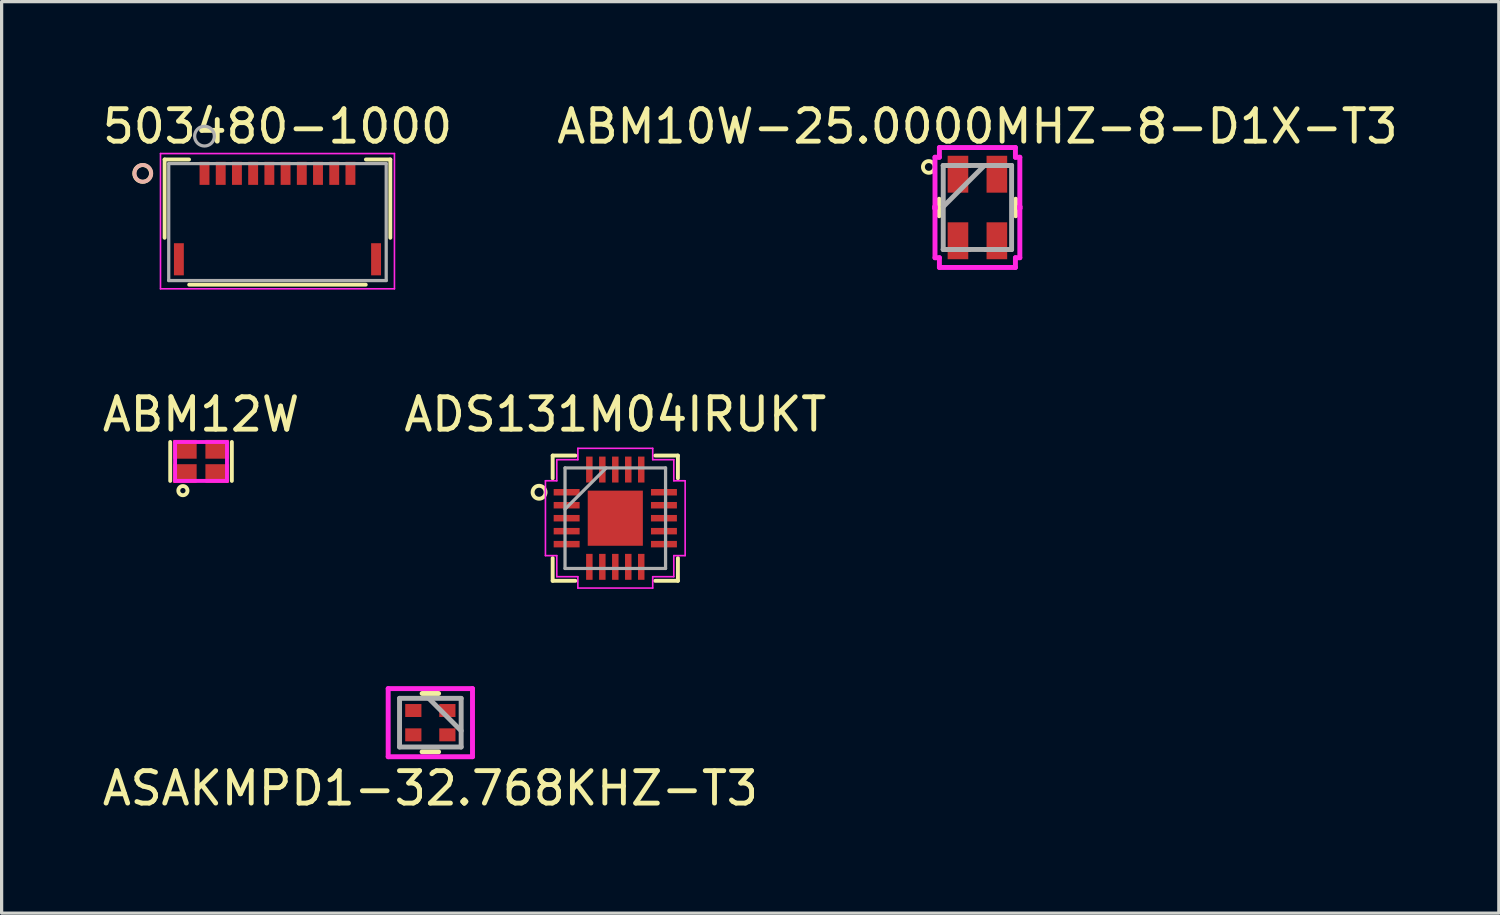
<source format=kicad_pcb>
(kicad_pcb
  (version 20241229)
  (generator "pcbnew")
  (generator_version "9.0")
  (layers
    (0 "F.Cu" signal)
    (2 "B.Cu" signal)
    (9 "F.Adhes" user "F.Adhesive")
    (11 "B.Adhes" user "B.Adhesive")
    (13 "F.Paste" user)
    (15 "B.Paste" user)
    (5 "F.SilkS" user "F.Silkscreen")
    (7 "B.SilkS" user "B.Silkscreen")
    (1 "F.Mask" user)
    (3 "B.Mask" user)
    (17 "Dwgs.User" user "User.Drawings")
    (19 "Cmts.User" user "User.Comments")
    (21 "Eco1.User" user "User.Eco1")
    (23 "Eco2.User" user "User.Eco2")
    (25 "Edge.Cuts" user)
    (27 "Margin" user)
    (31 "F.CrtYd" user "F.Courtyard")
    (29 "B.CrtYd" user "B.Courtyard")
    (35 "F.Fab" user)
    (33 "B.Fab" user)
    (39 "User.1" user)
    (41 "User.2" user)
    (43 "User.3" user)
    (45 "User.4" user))
  (footprint "ADS131M04IRUKT"
    (layer "F.Cu")
    (at 15.923 12.929)
    (property "Reference" "ADS131M04IRUKT" (at 0 -3.2 0) (layer "F.SilkS") (effects (font (size 1 1) (thickness 0.15))))
    (attr through_hole)
    (fp_poly (pts (xy -0.913 -0.913) (xy -0.594 -0.913) (xy -0.594 0.913) (xy -0.913 0.913)) (stroke (width 0.1) (type solid)) (fill yes) (layer "F.Mask"))
    (fp_poly (pts (xy -0.913 -0.913) (xy 0.913 -0.913) (xy 0.913 -0.594) (xy -0.913 -0.594)) (stroke (width 0.1) (type solid)) (fill yes) (layer "F.Mask"))
    (fp_poly (pts (xy -0.913 -0.194) (xy 0.913 -0.194) (xy 0.913 0.194) (xy -0.913 0.194)) (stroke (width 0.1) (type solid)) (fill yes) (layer "F.Mask"))
    (fp_poly (pts (xy -0.913 0.594) (xy 0.913 0.594) (xy 0.913 0.913) (xy -0.913 0.913)) (stroke (width 0.1) (type solid)) (fill yes) (layer "F.Mask"))
    (fp_poly (pts (xy 0.194 -0.913) (xy -0.194 -0.913) (xy -0.194 0.913) (xy 0.194 0.913)) (stroke (width 0.1) (type solid)) (fill yes) (layer "F.Mask"))
    (fp_poly (pts (xy 0.594 -0.913) (xy 0.913 -0.913) (xy 0.913 0.913) (xy 0.594 0.913)) (stroke (width 0.1) (type solid)) (fill yes) (layer "F.Mask"))
    (fp_line (start -1.931 -1.931) (end -1.931 -1.231) (stroke (width 0.12) (type solid)) (layer "F.SilkS"))
    (fp_line (start -1.931 1.231) (end -1.931 1.931) (stroke (width 0.12) (type solid)) (layer "F.SilkS"))
    (fp_line (start -1.931 1.931) (end -1.231 1.931) (stroke (width 0.12) (type solid)) (layer "F.SilkS"))
    (fp_line (start -1.231 -1.931) (end -1.931 -1.931) (stroke (width 0.12) (type solid)) (layer "F.SilkS"))
    (fp_line (start 1.231 1.931) (end 1.931 1.931) (stroke (width 0.12) (type solid)) (layer "F.SilkS"))
    (fp_line (start 1.931 -1.931) (end 1.231 -1.931) (stroke (width 0.12) (type solid)) (layer "F.SilkS"))
    (fp_line (start 1.931 -1.231) (end 1.931 -1.931) (stroke (width 0.12) (type solid)) (layer "F.SilkS"))
    (fp_line (start 1.931 1.931) (end 1.931 1.231) (stroke (width 0.12) (type solid)) (layer "F.SilkS"))
    (fp_circle (center -2.35 -0.8) (end -2.55 -0.8) (stroke (width 0.12) (type solid)) (fill no) (layer "F.SilkS"))
    (fp_poly (pts (xy -0.775 -0.775) (xy -0.775 -0.494) (xy -0.635 -0.494) (xy -0.494 -0.635) (xy -0.494 -0.775)) (stroke (width 0.1) (type solid)) (fill yes) (layer "F.Paste"))
    (fp_poly (pts (xy -0.775 0.494) (xy -0.775 0.775) (xy -0.494 0.775) (xy -0.494 0.635) (xy -0.635 0.494)) (stroke (width 0.1) (type solid)) (fill yes) (layer "F.Paste"))
    (fp_poly (pts (xy 0.494 -0.775) (xy 0.494 -0.635) (xy 0.635 -0.494) (xy 0.775 -0.494) (xy 0.775 -0.775)) (stroke (width 0.1) (type solid)) (fill yes) (layer "F.Paste"))
    (fp_poly (pts (xy 0.635 0.494) (xy 0.494 0.635) (xy 0.494 0.775) (xy 0.775 0.775) (xy 0.775 0.494)) (stroke (width 0.1) (type solid)) (fill yes) (layer "F.Paste"))
    (fp_poly (pts (xy -0.775 -0.294) (xy -0.775 0.294) (xy -0.635 0.294) (xy -0.494 0.152) (xy -0.494 -0.152) (xy -0.635 -0.294)) (stroke (width 0.1) (type solid)) (fill yes) (layer "F.Paste"))
    (fp_poly (pts (xy -0.294 -0.775) (xy -0.294 -0.635) (xy -0.152 -0.494) (xy 0.152 -0.494) (xy 0.294 -0.635) (xy 0.294 -0.775)) (stroke (width 0.1) (type solid)) (fill yes) (layer "F.Paste"))
    (fp_poly (pts (xy -0.152 0.494) (xy -0.294 0.635) (xy -0.294 0.775) (xy 0.294 0.775) (xy 0.294 0.635) (xy 0.152 0.494)) (stroke (width 0.1) (type solid)) (fill yes) (layer "F.Paste"))
    (fp_poly (pts (xy 0.635 -0.294) (xy 0.494 -0.152) (xy 0.494 0.152) (xy 0.635 0.294) (xy 0.775 0.294) (xy 0.775 -0.294)) (stroke (width 0.1) (type solid)) (fill yes) (layer "F.Paste"))
    (fp_poly (pts (xy -0.152 -0.294) (xy -0.294 -0.152) (xy -0.294 0.152) (xy -0.152 0.294) (xy 0.152 0.294) (xy 0.294 0.152) (xy 0.294 -0.152) (xy 0.152 -0.294)) (stroke (width 0.1) (type solid)) (fill yes) (layer "F.Paste"))
    (fp_line (start -2.154 -1.154) (end -1.804 -1.154) (stroke (width 0.05) (type solid)) (layer "F.CrtYd"))
    (fp_line (start -2.154 1.154) (end -2.154 -1.154) (stroke (width 0.05) (type solid)) (layer "F.CrtYd"))
    (fp_line (start -1.804 -1.804) (end -1.154 -1.804) (stroke (width 0.05) (type solid)) (layer "F.CrtYd"))
    (fp_line (start -1.804 -1.154) (end -1.804 -1.804) (stroke (width 0.05) (type solid)) (layer "F.CrtYd"))
    (fp_line (start -1.804 1.154) (end -2.154 1.154) (stroke (width 0.05) (type solid)) (layer "F.CrtYd"))
    (fp_line (start -1.804 1.804) (end -1.804 1.154) (stroke (width 0.05) (type solid)) (layer "F.CrtYd"))
    (fp_line (start -1.154 -2.154) (end 1.154 -2.154) (stroke (width 0.05) (type solid)) (layer "F.CrtYd"))
    (fp_line (start -1.154 -1.804) (end -1.154 -2.154) (stroke (width 0.05) (type solid)) (layer "F.CrtYd"))
    (fp_line (start -1.154 1.804) (end -1.804 1.804) (stroke (width 0.05) (type solid)) (layer "F.CrtYd"))
    (fp_line (start -1.154 2.154) (end -1.154 1.804) (stroke (width 0.05) (type solid)) (layer "F.CrtYd"))
    (fp_line (start 1.154 -2.154) (end 1.154 -1.804) (stroke (width 0.05) (type solid)) (layer "F.CrtYd"))
    (fp_line (start 1.154 -1.804) (end 1.804 -1.804) (stroke (width 0.05) (type solid)) (layer "F.CrtYd"))
    (fp_line (start 1.154 1.804) (end 1.154 2.154) (stroke (width 0.05) (type solid)) (layer "F.CrtYd"))
    (fp_line (start 1.154 2.154) (end -1.154 2.154) (stroke (width 0.05) (type solid)) (layer "F.CrtYd"))
    (fp_line (start 1.804 -1.804) (end 1.804 -1.154) (stroke (width 0.05) (type solid)) (layer "F.CrtYd"))
    (fp_line (start 1.804 -1.154) (end 2.154 -1.154) (stroke (width 0.05) (type solid)) (layer "F.CrtYd"))
    (fp_line (start 1.804 1.154) (end 1.804 1.804) (stroke (width 0.05) (type solid)) (layer "F.CrtYd"))
    (fp_line (start 1.804 1.804) (end 1.154 1.804) (stroke (width 0.05) (type solid)) (layer "F.CrtYd"))
    (fp_line (start 2.154 -1.154) (end 2.154 1.154) (stroke (width 0.05) (type solid)) (layer "F.CrtYd"))
    (fp_line (start 2.154 1.154) (end 1.804 1.154) (stroke (width 0.05) (type solid)) (layer "F.CrtYd"))
    (fp_line (start -1.55 -1.55) (end -1.55 1.55) (stroke (width 0.1) (type solid)) (layer "F.Fab"))
    (fp_line (start -1.55 -0.28) (end -0.28 -1.55) (stroke (width 0.1) (type solid)) (layer "F.Fab"))
    (fp_line (start -1.55 1.55) (end 1.55 1.55) (stroke (width 0.1) (type solid)) (layer "F.Fab"))
    (fp_line (start 1.55 -1.55) (end -1.55 -1.55) (stroke (width 0.1) (type solid)) (layer "F.Fab"))
    (fp_line (start 1.55 1.55) (end 1.55 -1.55) (stroke (width 0.1) (type solid)) (layer "F.Fab"))
    (pad "1" smd rect (at -1.5 -0.8 90) (size 0.2 0.8) (layers "F.Cu" "F.Mask" "F.Paste"))
    (pad "2" smd rect (at -1.5 -0.4 90) (size 0.2 0.8) (layers "F.Cu" "F.Mask" "F.Paste"))
    (pad "3" smd rect (at -1.5 0 90) (size 0.2 0.8) (layers "F.Cu" "F.Mask" "F.Paste"))
    (pad "4" smd rect (at -1.5 0.4 90) (size 0.2 0.8) (layers "F.Cu" "F.Mask" "F.Paste"))
    (pad "5" smd rect (at -1.5 0.8 90) (size 0.2 0.8) (layers "F.Cu" "F.Mask" "F.Paste"))
    (pad "6" smd rect (at -0.8 1.5) (size 0.2 0.8) (layers "F.Cu" "F.Mask" "F.Paste"))
    (pad "7" smd rect (at -0.4 1.5) (size 0.2 0.8) (layers "F.Cu" "F.Mask" "F.Paste"))
    (pad "8" smd rect (at 0 1.5) (size 0.2 0.8) (layers "F.Cu" "F.Mask" "F.Paste"))
    (pad "9" smd rect (at 0.4 1.5) (size 0.2 0.8) (layers "F.Cu" "F.Mask" "F.Paste"))
    (pad "10" smd rect (at 0.8 1.5) (size 0.2 0.8) (layers "F.Cu" "F.Mask" "F.Paste"))
    (pad "11" smd rect (at 1.5 0.8 90) (size 0.2 0.8) (layers "F.Cu" "F.Mask" "F.Paste"))
    (pad "12" smd rect (at 1.5 0.4 90) (size 0.2 0.8) (layers "F.Cu" "F.Mask" "F.Paste"))
    (pad "13" smd rect (at 1.5 0 90) (size 0.2 0.8) (layers "F.Cu" "F.Mask" "F.Paste"))
    (pad "14" smd rect (at 1.5 -0.4 90) (size 0.2 0.8) (layers "F.Cu" "F.Mask" "F.Paste"))
    (pad "15" smd rect (at 1.5 -0.8 90) (size 0.2 0.8) (layers "F.Cu" "F.Mask" "F.Paste"))
    (pad "16" smd rect (at 0.8 -1.5) (size 0.2 0.8) (layers "F.Cu" "F.Mask" "F.Paste"))
    (pad "17" smd rect (at 0.4 -1.5) (size 0.2 0.8) (layers "F.Cu" "F.Mask" "F.Paste"))
    (pad "18" smd rect (at 0 -1.5) (size 0.2 0.8) (layers "F.Cu" "F.Mask" "F.Paste"))
    (pad "19" smd rect (at -0.4 -1.5) (size 0.2 0.8) (layers "F.Cu" "F.Mask" "F.Paste"))
    (pad "20" smd rect (at -0.8 -1.5) (size 0.2 0.8) (layers "F.Cu" "F.Mask" "F.Paste"))
    (pad "21" smd rect (at 0 0) (size 1.7 1.7) (layers "F.Cu" "F.Mask" "F.Paste")))
  (footprint "ASAKMPD1-32.768KHZ-T3"
    (layer "F.Cu")
    (at 10.22 19.234)
    (property "Reference" "ASAKMPD1-32.768KHZ-T3" (at 0 2.025 0) (layer "F.SilkS") (effects (font (size 1 1) (thickness 0.15))))
    (attr through_hole)
    (fp_line (start -0.254 0.9) (end 0.254 0.9) (stroke (width 0.152) (type solid)) (layer "F.SilkS"))
    (fp_line (start 0.254 -0.9) (end -0.254 -0.9) (stroke (width 0.152) (type solid)) (layer "F.SilkS"))
    (fp_line (start -1.3 -1.05) (end 1.3 -1.05) (stroke (width 0.152) (type solid)) (layer "F.CrtYd"))
    (fp_line (start -1.3 1.05) (end -1.3 -1.05) (stroke (width 0.152) (type solid)) (layer "F.CrtYd"))
    (fp_line (start 1.3 1.05) (end -1.3 1.05) (stroke (width 0.152) (type solid)) (layer "F.CrtYd"))
    (fp_line (start 1.3 1.05) (end 1.3 -1.05) (stroke (width 0.152) (type solid)) (layer "F.CrtYd"))
    (fp_line (start -0.95 -0.75) (end -0.95 0.75) (stroke (width 0.152) (type solid)) (layer "F.Fab"))
    (fp_line (start -0.05 -0.75) (end 0.95 0.25) (stroke (width 0.152) (type solid)) (layer "F.Fab"))
    (fp_line (start 0.95 -0.75) (end -0.95 -0.75) (stroke (width 0.152) (type solid)) (layer "F.Fab"))
    (fp_line (start 0.95 -0.75) (end 0.95 0.75) (stroke (width 0.152) (type solid)) (layer "F.Fab"))
    (fp_line (start 0.95 0.75) (end -0.95 0.75) (stroke (width 0.152) (type solid)) (layer "F.Fab"))
    (pad "1" smd rect (at 0.525 -0.375 90) (size 0.4 0.5) (layers "F.Cu" "F.Mask" "F.Paste"))
    (pad "2" smd rect (at -0.525 -0.375 90) (size 0.4 0.5) (layers "F.Cu" "F.Mask" "F.Paste"))
    (pad "3" smd rect (at -0.525 0.375 90) (size 0.4 0.5) (layers "F.Cu" "F.Mask" "F.Paste"))
    (pad "4" smd rect (at 0.525 0.375 90) (size 0.4 0.5) (layers "F.Cu" "F.Mask" "F.Paste")))
  (footprint "ABM10W-25.0000MHZ-8-D1X-T3"
    (layer "F.Cu")
    (at 27.089 3.348)
    (property "Reference" "ABM10W-25.0000MHZ-8-D1X-T3" (at 0 -2.5 0) (layer "F.SilkS") (effects (font (size 1 1) (thickness 0.15))))
    (attr through_hole)
    (fp_line (start -1.181 -0.254) (end -1.181 0.254) (stroke (width 0.152) (type solid)) (layer "F.SilkS"))
    (fp_line (start 1.181 0.254) (end 1.181 -0.254) (stroke (width 0.152) (type solid)) (layer "F.SilkS"))
    (fp_circle (center -1.5 -1.25) (end -1.32 -1.25) (stroke (width 0.12) (type solid)) (fill no) (layer "F.SilkS"))
    (fp_line (start -1.308 -1.549) (end -1.172 -1.549) (stroke (width 0.152) (type solid)) (layer "F.CrtYd"))
    (fp_line (start -1.308 -0.028) (end -1.308 -0.028) (stroke (width 0.152) (type solid)) (layer "F.CrtYd"))
    (fp_line (start -1.308 -0.028) (end -1.308 0.028) (stroke (width 0.152) (type solid)) (layer "F.CrtYd"))
    (fp_line (start -1.308 0.028) (end -1.308 -1.549) (stroke (width 0.152) (type solid)) (layer "F.CrtYd"))
    (fp_line (start -1.308 0.028) (end -1.308 0.028) (stroke (width 0.152) (type solid)) (layer "F.CrtYd"))
    (fp_line (start -1.308 1.549) (end -1.308 -0.028) (stroke (width 0.152) (type solid)) (layer "F.CrtYd"))
    (fp_line (start -1.172 -1.849) (end 1.172 -1.849) (stroke (width 0.152) (type solid)) (layer "F.CrtYd"))
    (fp_line (start -1.172 -1.549) (end -1.172 -1.849) (stroke (width 0.152) (type solid)) (layer "F.CrtYd"))
    (fp_line (start -1.172 1.549) (end -1.308 1.549) (stroke (width 0.152) (type solid)) (layer "F.CrtYd"))
    (fp_line (start -1.172 1.849) (end -1.172 1.549) (stroke (width 0.152) (type solid)) (layer "F.CrtYd"))
    (fp_line (start 1.172 -1.849) (end 1.172 -1.549) (stroke (width 0.152) (type solid)) (layer "F.CrtYd"))
    (fp_line (start 1.172 -1.549) (end 1.308 -1.549) (stroke (width 0.152) (type solid)) (layer "F.CrtYd"))
    (fp_line (start 1.172 1.549) (end 1.172 1.849) (stroke (width 0.152) (type solid)) (layer "F.CrtYd"))
    (fp_line (start 1.172 1.849) (end -1.172 1.849) (stroke (width 0.152) (type solid)) (layer "F.CrtYd"))
    (fp_line (start 1.308 -1.549) (end 1.308 0.028) (stroke (width 0.152) (type solid)) (layer "F.CrtYd"))
    (fp_line (start 1.308 -0.028) (end 1.308 -0.028) (stroke (width 0.152) (type solid)) (layer "F.CrtYd"))
    (fp_line (start 1.308 -0.028) (end 1.308 1.549) (stroke (width 0.152) (type solid)) (layer "F.CrtYd"))
    (fp_line (start 1.308 0.028) (end 1.308 -0.028) (stroke (width 0.152) (type solid)) (layer "F.CrtYd"))
    (fp_line (start 1.308 0.028) (end 1.308 0.028) (stroke (width 0.152) (type solid)) (layer "F.CrtYd"))
    (fp_line (start 1.308 1.549) (end 1.172 1.549) (stroke (width 0.152) (type solid)) (layer "F.CrtYd"))
    (fp_line (start -1.054 -1.295) (end -1.054 -1.295) (stroke (width 0.152) (type solid)) (layer "F.Fab"))
    (fp_line (start -1.054 -1.295) (end -1.054 1.295) (stroke (width 0.152) (type solid)) (layer "F.Fab"))
    (fp_line (start -1.054 -0.025) (end 0.216 -1.295) (stroke (width 0.152) (type solid)) (layer "F.Fab"))
    (fp_line (start -1.054 1.295) (end -1.054 1.295) (stroke (width 0.152) (type solid)) (layer "F.Fab"))
    (fp_line (start -1.054 1.295) (end 1.054 1.295) (stroke (width 0.152) (type solid)) (layer "F.Fab"))
    (fp_line (start -0.943 -1.295) (end -0.943 -1.295) (stroke (width 0.152) (type solid)) (layer "F.Fab"))
    (fp_line (start -0.943 -1.295) (end -0.257 -1.295) (stroke (width 0.152) (type solid)) (layer "F.Fab"))
    (fp_line (start -0.943 1.295) (end -0.943 1.295) (stroke (width 0.152) (type solid)) (layer "F.Fab"))
    (fp_line (start -0.943 1.295) (end -0.257 1.295) (stroke (width 0.152) (type solid)) (layer "F.Fab"))
    (fp_line (start -0.257 -1.295) (end -0.943 -1.295) (stroke (width 0.152) (type solid)) (layer "F.Fab"))
    (fp_line (start -0.257 -1.295) (end -0.257 -1.295) (stroke (width 0.152) (type solid)) (layer "F.Fab"))
    (fp_line (start -0.257 1.295) (end -0.943 1.295) (stroke (width 0.152) (type solid)) (layer "F.Fab"))
    (fp_line (start -0.257 1.295) (end -0.257 1.295) (stroke (width 0.152) (type solid)) (layer "F.Fab"))
    (fp_line (start 0.257 -1.295) (end 0.257 -1.295) (stroke (width 0.152) (type solid)) (layer "F.Fab"))
    (fp_line (start 0.257 -1.295) (end 0.943 -1.295) (stroke (width 0.152) (type solid)) (layer "F.Fab"))
    (fp_line (start 0.257 1.295) (end 0.257 1.295) (stroke (width 0.152) (type solid)) (layer "F.Fab"))
    (fp_line (start 0.257 1.295) (end 0.943 1.295) (stroke (width 0.152) (type solid)) (layer "F.Fab"))
    (fp_line (start 0.943 -1.295) (end 0.257 -1.295) (stroke (width 0.152) (type solid)) (layer "F.Fab"))
    (fp_line (start 0.943 -1.295) (end 0.943 -1.295) (stroke (width 0.152) (type solid)) (layer "F.Fab"))
    (fp_line (start 0.943 1.295) (end 0.257 1.295) (stroke (width 0.152) (type solid)) (layer "F.Fab"))
    (fp_line (start 0.943 1.295) (end 0.943 1.295) (stroke (width 0.152) (type solid)) (layer "F.Fab"))
    (fp_line (start 1.054 -1.295) (end -1.054 -1.295) (stroke (width 0.152) (type solid)) (layer "F.Fab"))
    (fp_line (start 1.054 -1.295) (end 1.054 -1.295) (stroke (width 0.152) (type solid)) (layer "F.Fab"))
    (fp_line (start 1.054 1.295) (end 1.054 -1.295) (stroke (width 0.152) (type solid)) (layer "F.Fab"))
    (fp_line (start 1.054 1.295) (end 1.054 1.295) (stroke (width 0.152) (type solid)) (layer "F.Fab"))
    (pad "1" smd rect (at -0.6 -1.026) (size 0.636 1.138) (layers "F.Cu" "F.Mask" "F.Paste"))
    (pad "2" smd rect (at -0.6 1.026) (size 0.636 1.138) (layers "F.Cu" "F.Mask" "F.Paste"))
    (pad "3" smd rect (at 0.6 1.026) (size 0.636 1.138) (layers "F.Cu" "F.Mask" "F.Paste"))
    (pad "4" smd rect (at 0.6 -1.026) (size 0.636 1.138) (layers "F.Cu" "F.Mask" "F.Paste")))
  (footprint "503480-1000"
    (layer "F.Cu")
    (at 5.506 3.798)
    (property "Reference" "503480-1000" (at 0 -2.95 0) (layer "F.SilkS") (effects (font (size 1 1) (thickness 0.15))))
    (attr through_hole)
    (fp_line (start -3.48 -1.93) (end -3.48 0.484) (stroke (width 0.12) (type solid)) (layer "F.SilkS"))
    (fp_line (start -2.727 -1.93) (end -3.48 -1.93) (stroke (width 0.12) (type solid)) (layer "F.SilkS"))
    (fp_line (start -2.722 1.93) (end 2.722 1.93) (stroke (width 0.12) (type solid)) (layer "F.SilkS"))
    (fp_line (start 3.48 -1.93) (end 2.727 -1.93) (stroke (width 0.12) (type solid)) (layer "F.SilkS"))
    (fp_line (start 3.48 0.484) (end 3.48 -1.93) (stroke (width 0.12) (type solid)) (layer "F.SilkS"))
    (fp_circle (center -4.158 -1.5) (end -3.9 -1.5) (stroke (width 0.12) (type solid)) (fill no) (layer "F.SilkS"))
    (fp_circle (center -4.15 -1.503) (end -3.892 -1.5) (stroke (width 0.12) (type solid)) (fill no) (layer "B.SilkS"))
    (fp_line (start -3.607 -2.113) (end -3.607 2.057) (stroke (width 0.05) (type solid)) (layer "F.CrtYd"))
    (fp_line (start -3.607 2.057) (end 3.607 2.057) (stroke (width 0.05) (type solid)) (layer "F.CrtYd"))
    (fp_line (start 3.607 -2.113) (end -3.607 -2.113) (stroke (width 0.05) (type solid)) (layer "F.CrtYd"))
    (fp_line (start 3.607 2.057) (end 3.607 -2.113) (stroke (width 0.05) (type solid)) (layer "F.CrtYd"))
    (fp_line (start -3.353 -1.803) (end -3.353 1.803) (stroke (width 0.1) (type solid)) (layer "F.Fab"))
    (fp_line (start -3.353 1.803) (end 3.353 1.803) (stroke (width 0.1) (type solid)) (layer "F.Fab"))
    (fp_line (start 3.353 -1.803) (end -3.353 -1.803) (stroke (width 0.1) (type solid)) (layer "F.Fab"))
    (fp_line (start 3.353 1.803) (end 3.353 -1.803) (stroke (width 0.1) (type solid)) (layer "F.Fab"))
    (fp_circle (center -2.25 -2.65) (end -1.95 -2.6) (stroke (width 0.1) (type solid)) (fill no) (layer "F.Fab"))
    (pad "1" smd rect (at -2.25 -1.503) (size 0.305 0.711) (layers "F.Cu" "F.Mask" "F.Paste"))
    (pad "2" smd rect (at -1.75 -1.503) (size 0.305 0.711) (layers "F.Cu" "F.Mask" "F.Paste"))
    (pad "3" smd rect (at -1.25 -1.503) (size 0.305 0.711) (layers "F.Cu" "F.Mask" "F.Paste"))
    (pad "4" smd rect (at -0.75 -1.503) (size 0.305 0.711) (layers "F.Cu" "F.Mask" "F.Paste"))
    (pad "5" smd rect (at -0.25 -1.503) (size 0.305 0.711) (layers "F.Cu" "F.Mask" "F.Paste"))
    (pad "6" smd rect (at 0.25 -1.503) (size 0.305 0.711) (layers "F.Cu" "F.Mask" "F.Paste"))
    (pad "7" smd rect (at 0.75 -1.503) (size 0.305 0.711) (layers "F.Cu" "F.Mask" "F.Paste"))
    (pad "8" smd rect (at 1.25 -1.503) (size 0.305 0.711) (layers "F.Cu" "F.Mask" "F.Paste"))
    (pad "9" smd rect (at 1.75 -1.503) (size 0.305 0.711) (layers "F.Cu" "F.Mask" "F.Paste"))
    (pad "10" smd rect (at 2.25 -1.503) (size 0.305 0.711) (layers "F.Cu" "F.Mask" "F.Paste"))
    (pad "11" smd rect (at -3.04 1.147) (size 0.305 0.991) (layers "F.Cu" "F.Mask" "F.Paste"))
    (pad "12" smd rect (at 3.04 1.147) (size 0.305 0.991) (layers "F.Cu" "F.Mask" "F.Paste")))
  (footprint "ABM12W"
    (layer "F.Cu")
    (at 3.149 11.179)
    (property "Reference" "ABM12W" (at 0 -1.45 0) (layer "F.SilkS") (effects (font (size 1 1) (thickness 0.15))))
    (attr through_hole)
    (fp_line (start -0.95 0.6) (end -0.95 -0.6) (stroke (width 0.12) (type solid)) (layer "F.SilkS"))
    (fp_line (start 0.95 0.6) (end 0.95 -0.6) (stroke (width 0.12) (type solid)) (layer "F.SilkS"))
    (fp_circle (center -0.559 0.9) (end -0.459 0.8) (stroke (width 0.12) (type solid)) (fill no) (layer "F.SilkS"))
    (fp_line (start -0.8 -0.6) (end 0.8 -0.6) (stroke (width 0.12) (type solid)) (layer "F.CrtYd"))
    (fp_line (start -0.8 0.6) (end -0.8 -0.6) (stroke (width 0.12) (type solid)) (layer "F.CrtYd"))
    (fp_line (start 0.8 -0.6) (end 0.8 0.6) (stroke (width 0.12) (type solid)) (layer "F.CrtYd"))
    (fp_line (start 0.8 0.6) (end -0.8 0.6) (stroke (width 0.12) (type solid)) (layer "F.CrtYd"))
    (pad "1" smd rect (at -0.5 0.375) (size 0.73 0.58) (layers "F.Cu" "F.Mask" "F.Paste"))
    (pad "2" smd rect (at 0.5 0.375) (size 0.73 0.58) (layers "F.Cu" "F.Mask" "F.Paste"))
    (pad "3" smd rect (at 0.5 -0.375) (size 0.73 0.58) (layers "F.Cu" "F.Mask" "F.Paste"))
    (pad "4" smd rect (at -0.5 -0.375) (size 0.73 0.58) (layers "F.Cu" "F.Mask" "F.Paste")))
  (gr_rect
    (start -3 -3)
    (end 43.167 25.107)
    (stroke (width 0.1) (type default))
    (fill no)
    (layer "Edge.Cuts")))
</source>
